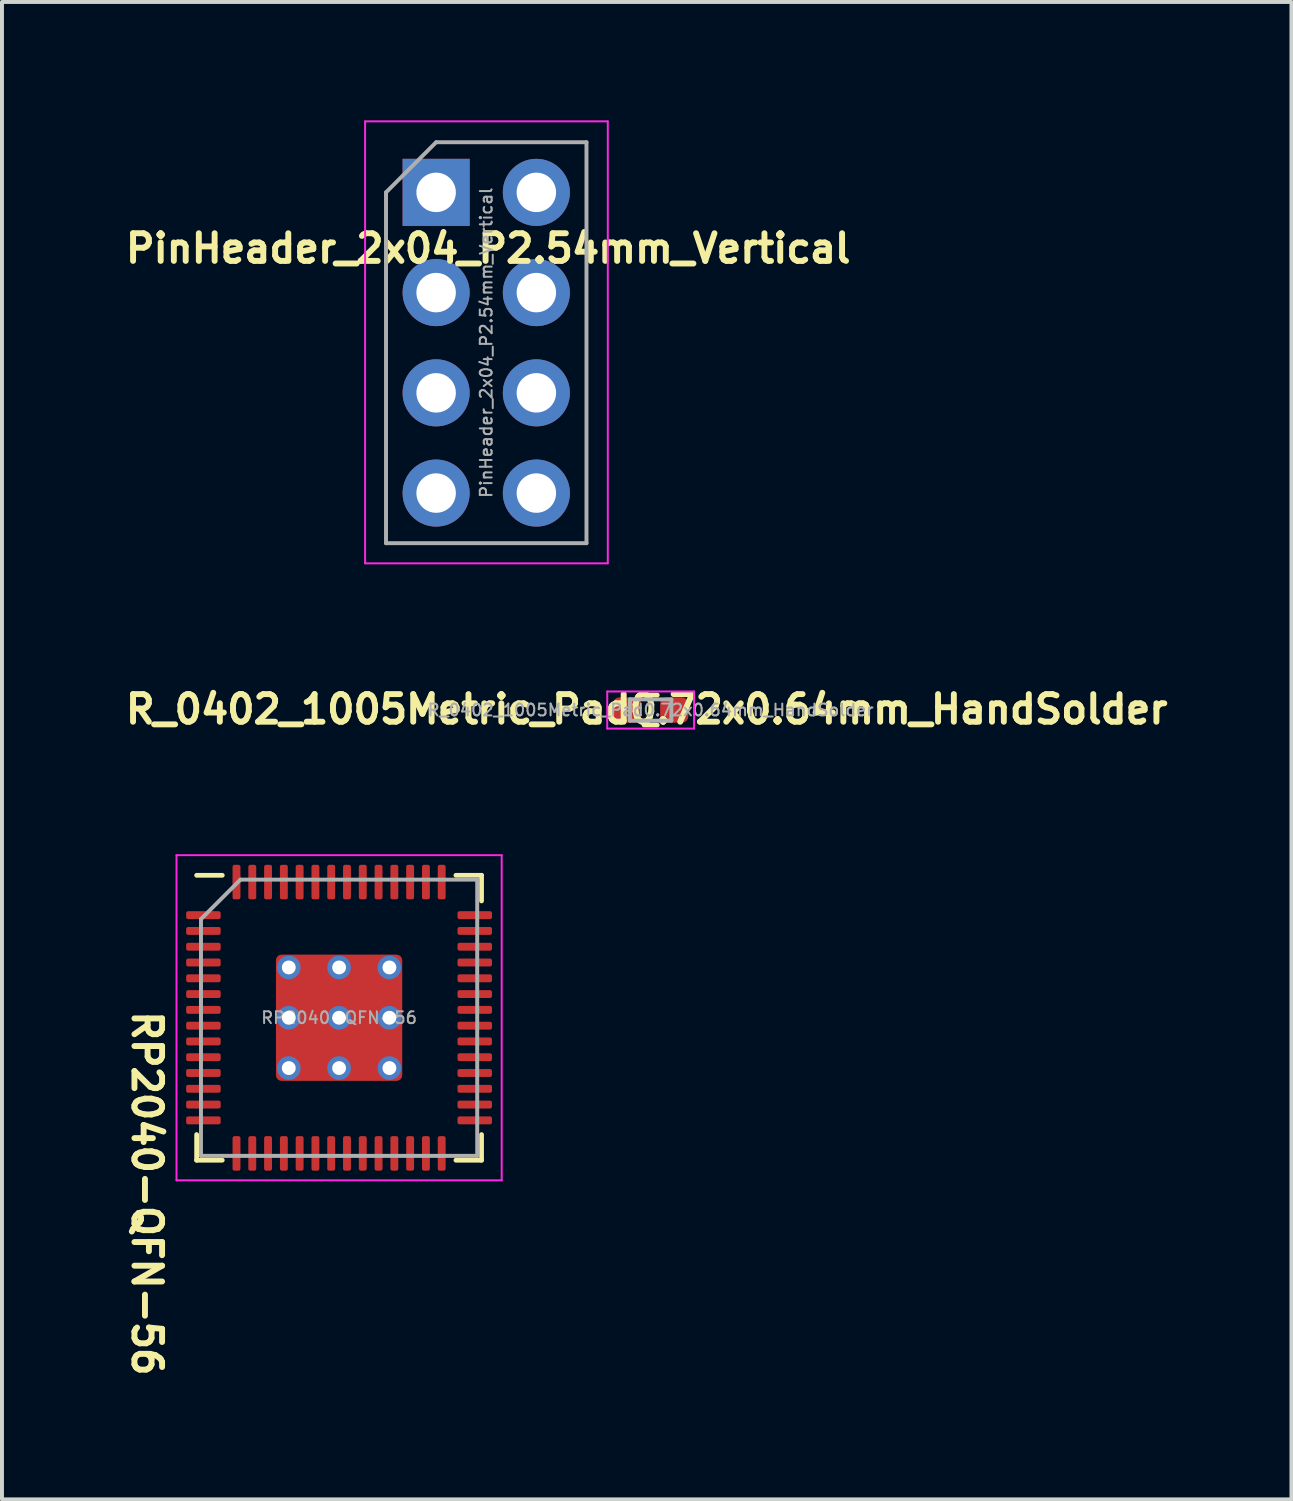
<source format=kicad_pcb>
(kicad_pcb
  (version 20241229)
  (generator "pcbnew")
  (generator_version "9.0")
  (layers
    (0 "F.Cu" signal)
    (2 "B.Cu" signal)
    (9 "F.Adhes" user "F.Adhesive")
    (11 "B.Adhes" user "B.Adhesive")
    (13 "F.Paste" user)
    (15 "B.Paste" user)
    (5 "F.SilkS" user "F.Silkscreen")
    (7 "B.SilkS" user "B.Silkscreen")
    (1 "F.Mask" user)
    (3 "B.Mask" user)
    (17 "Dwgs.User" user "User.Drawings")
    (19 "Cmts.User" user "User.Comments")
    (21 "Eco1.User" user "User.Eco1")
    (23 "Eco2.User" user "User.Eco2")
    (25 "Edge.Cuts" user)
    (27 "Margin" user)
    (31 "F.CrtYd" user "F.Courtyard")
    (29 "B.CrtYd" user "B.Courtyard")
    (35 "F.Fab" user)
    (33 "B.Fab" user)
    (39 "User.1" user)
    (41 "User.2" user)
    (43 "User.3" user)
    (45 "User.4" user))
  (footprint "R_0402_1005Metric_Pad0.72x0.64mm_HandSolder"
    (layer "F.Cu")
    (at 13.438 14.943)
    (property "Reference" "R_0402_1005Metric_Pad0.72x0.64mm_HandSolder" (at -0.1 -0.02 180) (layer "F.SilkS") (effects (font (size 0.7 0.7) (thickness 0.15))))
    (attr smd)
    (fp_line (start -0.168 -0.38) (end 0.168 -0.38) (stroke (width 0.12) (type solid)) (layer "F.SilkS"))
    (fp_line (start -0.168 0.38) (end 0.168 0.38) (stroke (width 0.12) (type solid)) (layer "F.SilkS"))
    (fp_line (start -1.1 -0.47) (end 1.1 -0.47) (stroke (width 0.05) (type solid)) (layer "F.CrtYd"))
    (fp_line (start -1.1 0.47) (end -1.1 -0.47) (stroke (width 0.05) (type solid)) (layer "F.CrtYd"))
    (fp_line (start 1.1 -0.47) (end 1.1 0.47) (stroke (width 0.05) (type solid)) (layer "F.CrtYd"))
    (fp_line (start 1.1 0.47) (end -1.1 0.47) (stroke (width 0.05) (type solid)) (layer "F.CrtYd"))
    (fp_line (start -0.525 -0.27) (end 0.525 -0.27) (stroke (width 0.1) (type solid)) (layer "F.Fab"))
    (fp_line (start -0.525 0.27) (end -0.525 -0.27) (stroke (width 0.1) (type solid)) (layer "F.Fab"))
    (fp_line (start 0.525 -0.27) (end 0.525 0.27) (stroke (width 0.1) (type solid)) (layer "F.Fab"))
    (fp_line (start 0.525 0.27) (end -0.525 0.27) (stroke (width 0.1) (type solid)) (layer "F.Fab"))
    (fp_text user "${REFERENCE}" (at 0 0 180) (layer "F.Fab") (effects (font (size 0.3 0.3) (thickness 0.05))))
    (pad "1" smd roundrect (at -0.598 0) (size 0.715 0.64) (layers "F.Cu" "F.Mask" "F.Paste") (roundrect_rratio 0.25))
    (pad "2" smd roundrect (at 0.598 0) (size 0.715 0.64) (layers "F.Cu" "F.Mask" "F.Paste") (roundrect_rratio 0.25)))
  (footprint "PinHeader_2x04_P2.54mm_Vertical"
    (layer "F.Cu")
    (at 8.002 1.825)
    (property "Reference" "PinHeader_2x04_P2.54mm_Vertical" (at 1.32 1.42 0) (layer "F.SilkS") (effects (font (size 0.7 0.7) (thickness 0.15))))
    (attr through_hole)
    (fp_line (start -1.8 -1.8) (end -1.8 9.4) (stroke (width 0.05) (type solid)) (layer "F.CrtYd"))
    (fp_line (start -1.8 9.4) (end 4.35 9.4) (stroke (width 0.05) (type solid)) (layer "F.CrtYd"))
    (fp_line (start 4.35 -1.8) (end -1.8 -1.8) (stroke (width 0.05) (type solid)) (layer "F.CrtYd"))
    (fp_line (start 4.35 9.4) (end 4.35 -1.8) (stroke (width 0.05) (type solid)) (layer "F.CrtYd"))
    (fp_line (start -1.27 0) (end 0 -1.27) (stroke (width 0.1) (type solid)) (layer "F.Fab"))
    (fp_line (start -1.27 8.89) (end -1.27 0) (stroke (width 0.1) (type solid)) (layer "F.Fab"))
    (fp_line (start 0 -1.27) (end 3.81 -1.27) (stroke (width 0.1) (type solid)) (layer "F.Fab"))
    (fp_line (start 3.81 -1.27) (end 3.81 8.89) (stroke (width 0.1) (type solid)) (layer "F.Fab"))
    (fp_line (start 3.81 8.89) (end -1.27 8.89) (stroke (width 0.1) (type solid)) (layer "F.Fab"))
    (fp_text user "${REFERENCE}" (at 1.27 3.81 90) (layer "F.Fab") (effects (font (size 0.3 0.3) (thickness 0.05))))
    (pad "1" thru_hole rect (at 0 0 180) (size 1.7 1.7) (drill 1) (layers "*.Cu" "*.Mask"))
    (pad "2" thru_hole oval (at 2.54 0 180) (size 1.7 1.7) (drill 1) (layers "*.Cu" "*.Mask"))
    (pad "3" thru_hole oval (at 0 2.54 180) (size 1.7 1.7) (drill 1) (layers "*.Cu" "*.Mask"))
    (pad "4" thru_hole oval (at 2.54 2.54 180) (size 1.7 1.7) (drill 1) (layers "*.Cu" "*.Mask"))
    (pad "5" thru_hole oval (at 0 5.08 180) (size 1.7 1.7) (drill 1) (layers "*.Cu" "*.Mask"))
    (pad "6" thru_hole oval (at 2.54 5.08 180) (size 1.7 1.7) (drill 1) (layers "*.Cu" "*.Mask"))
    (pad "7" thru_hole oval (at 0 7.62 180) (size 1.7 1.7) (drill 1) (layers "*.Cu" "*.Mask"))
    (pad "8" thru_hole oval (at 2.54 7.62 180) (size 1.7 1.7) (drill 1) (layers "*.Cu" "*.Mask")))
  (footprint "RP2040-QFN-56"
    (layer "F.Cu")
    (at 5.543 22.741)
    (property "Reference" "RP2040-QFN-56" (at -4.87 4.45 270) (unlocked yes) (layer "F.SilkS") (effects (font (size 0.7 0.7) (thickness 0.15))))
    (attr smd)
    (fp_line (start -3.61 3.61) (end -3.61 2.96) (stroke (width 0.12) (type solid)) (layer "F.SilkS"))
    (fp_line (start -2.96 -3.61) (end -3.61 -3.61) (stroke (width 0.12) (type solid)) (layer "F.SilkS"))
    (fp_line (start -2.96 3.61) (end -3.61 3.61) (stroke (width 0.12) (type solid)) (layer "F.SilkS"))
    (fp_line (start 2.96 -3.61) (end 3.61 -3.61) (stroke (width 0.12) (type solid)) (layer "F.SilkS"))
    (fp_line (start 2.96 3.61) (end 3.61 3.61) (stroke (width 0.12) (type solid)) (layer "F.SilkS"))
    (fp_line (start 3.61 -3.61) (end 3.61 -2.96) (stroke (width 0.12) (type solid)) (layer "F.SilkS"))
    (fp_line (start 3.61 3.61) (end 3.61 2.96) (stroke (width 0.12) (type solid)) (layer "F.SilkS"))
    (fp_line (start -4.12 -4.12) (end -4.12 4.12) (stroke (width 0.05) (type solid)) (layer "F.CrtYd"))
    (fp_line (start -4.12 4.12) (end 4.12 4.12) (stroke (width 0.05) (type solid)) (layer "F.CrtYd"))
    (fp_line (start 4.12 -4.12) (end -4.12 -4.12) (stroke (width 0.05) (type solid)) (layer "F.CrtYd"))
    (fp_line (start 4.12 4.12) (end 4.12 -4.12) (stroke (width 0.05) (type solid)) (layer "F.CrtYd"))
    (fp_line (start -3.5 -2.5) (end -2.5 -3.5) (stroke (width 0.1) (type solid)) (layer "F.Fab"))
    (fp_line (start -3.5 3.5) (end -3.5 -2.5) (stroke (width 0.1) (type solid)) (layer "F.Fab"))
    (fp_line (start -2.5 -3.5) (end 3.5 -3.5) (stroke (width 0.1) (type solid)) (layer "F.Fab"))
    (fp_line (start 3.5 -3.5) (end 3.5 3.5) (stroke (width 0.1) (type solid)) (layer "F.Fab"))
    (fp_line (start 3.5 3.5) (end -3.5 3.5) (stroke (width 0.1) (type solid)) (layer "F.Fab"))
    (fp_text user "${REFERENCE}" (at 0 0 0) (layer "F.Fab") (effects (font (size 0.3 0.3) (thickness 0.05))))
    (pad "" smd roundrect (at -0.637 -0.637) (size 1.084 1.084) (layers "F.Paste") (roundrect_rratio 0.231))
    (pad "" smd roundrect (at -0.637 0.637) (size 1.084 1.084) (layers "F.Paste") (roundrect_rratio 0.231))
    (pad "" smd roundrect (at 0.637 -0.637) (size 1.084 1.084) (layers "F.Paste") (roundrect_rratio 0.231))
    (pad "" smd roundrect (at 0.637 0.637) (size 1.084 1.084) (layers "F.Paste") (roundrect_rratio 0.231))
    (pad "1" smd roundrect (at -3.438 -2.6) (size 0.875 0.2) (layers "F.Cu" "F.Mask" "F.Paste") (roundrect_rratio 0.25))
    (pad "2" smd roundrect (at -3.438 -2.2) (size 0.875 0.2) (layers "F.Cu" "F.Mask" "F.Paste") (roundrect_rratio 0.25))
    (pad "3" smd roundrect (at -3.438 -1.8) (size 0.875 0.2) (layers "F.Cu" "F.Mask" "F.Paste") (roundrect_rratio 0.25))
    (pad "4" smd roundrect (at -3.438 -1.4) (size 0.875 0.2) (layers "F.Cu" "F.Mask" "F.Paste") (roundrect_rratio 0.25))
    (pad "5" smd roundrect (at -3.438 -1) (size 0.875 0.2) (layers "F.Cu" "F.Mask" "F.Paste") (roundrect_rratio 0.25))
    (pad "6" smd roundrect (at -3.438 -0.6) (size 0.875 0.2) (layers "F.Cu" "F.Mask" "F.Paste") (roundrect_rratio 0.25))
    (pad "7" smd roundrect (at -3.438 -0.2) (size 0.875 0.2) (layers "F.Cu" "F.Mask" "F.Paste") (roundrect_rratio 0.25))
    (pad "8" smd roundrect (at -3.438 0.2) (size 0.875 0.2) (layers "F.Cu" "F.Mask" "F.Paste") (roundrect_rratio 0.25))
    (pad "9" smd roundrect (at -3.438 0.6) (size 0.875 0.2) (layers "F.Cu" "F.Mask" "F.Paste") (roundrect_rratio 0.25))
    (pad "10" smd roundrect (at -3.438 1) (size 0.875 0.2) (layers "F.Cu" "F.Mask" "F.Paste") (roundrect_rratio 0.25))
    (pad "11" smd roundrect (at -3.438 1.4) (size 0.875 0.2) (layers "F.Cu" "F.Mask" "F.Paste") (roundrect_rratio 0.25))
    (pad "12" smd roundrect (at -3.438 1.8) (size 0.875 0.2) (layers "F.Cu" "F.Mask" "F.Paste") (roundrect_rratio 0.25))
    (pad "13" smd roundrect (at -3.438 2.2) (size 0.875 0.2) (layers "F.Cu" "F.Mask" "F.Paste") (roundrect_rratio 0.25))
    (pad "14" smd roundrect (at -3.438 2.6) (size 0.875 0.2) (layers "F.Cu" "F.Mask" "F.Paste") (roundrect_rratio 0.25))
    (pad "15" smd roundrect (at -2.6 3.438) (size 0.2 0.875) (layers "F.Cu" "F.Mask" "F.Paste") (roundrect_rratio 0.25))
    (pad "16" smd roundrect (at -2.2 3.438) (size 0.2 0.875) (layers "F.Cu" "F.Mask" "F.Paste") (roundrect_rratio 0.25))
    (pad "17" smd roundrect (at -1.8 3.438) (size 0.2 0.875) (layers "F.Cu" "F.Mask" "F.Paste") (roundrect_rratio 0.25))
    (pad "18" smd roundrect (at -1.4 3.438) (size 0.2 0.875) (layers "F.Cu" "F.Mask" "F.Paste") (roundrect_rratio 0.25))
    (pad "19" smd roundrect (at -1 3.438) (size 0.2 0.875) (layers "F.Cu" "F.Mask" "F.Paste") (roundrect_rratio 0.25))
    (pad "20" smd roundrect (at -0.6 3.438) (size 0.2 0.875) (layers "F.Cu" "F.Mask" "F.Paste") (roundrect_rratio 0.25))
    (pad "21" smd roundrect (at -0.2 3.438) (size 0.2 0.875) (layers "F.Cu" "F.Mask" "F.Paste") (roundrect_rratio 0.25))
    (pad "22" smd roundrect (at 0.2 3.438) (size 0.2 0.875) (layers "F.Cu" "F.Mask" "F.Paste") (roundrect_rratio 0.25))
    (pad "23" smd roundrect (at 0.6 3.438) (size 0.2 0.875) (layers "F.Cu" "F.Mask" "F.Paste") (roundrect_rratio 0.25))
    (pad "24" smd roundrect (at 1 3.438) (size 0.2 0.875) (layers "F.Cu" "F.Mask" "F.Paste") (roundrect_rratio 0.25))
    (pad "25" smd roundrect (at 1.4 3.438) (size 0.2 0.875) (layers "F.Cu" "F.Mask" "F.Paste") (roundrect_rratio 0.25))
    (pad "26" smd roundrect (at 1.8 3.438) (size 0.2 0.875) (layers "F.Cu" "F.Mask" "F.Paste") (roundrect_rratio 0.25))
    (pad "27" smd roundrect (at 2.2 3.438) (size 0.2 0.875) (layers "F.Cu" "F.Mask" "F.Paste") (roundrect_rratio 0.25))
    (pad "28" smd roundrect (at 2.6 3.438) (size 0.2 0.875) (layers "F.Cu" "F.Mask" "F.Paste") (roundrect_rratio 0.25))
    (pad "29" smd roundrect (at 3.438 2.6) (size 0.875 0.2) (layers "F.Cu" "F.Mask" "F.Paste") (roundrect_rratio 0.25))
    (pad "30" smd roundrect (at 3.438 2.2) (size 0.875 0.2) (layers "F.Cu" "F.Mask" "F.Paste") (roundrect_rratio 0.25))
    (pad "31" smd roundrect (at 3.438 1.8) (size 0.875 0.2) (layers "F.Cu" "F.Mask" "F.Paste") (roundrect_rratio 0.25))
    (pad "32" smd roundrect (at 3.438 1.4) (size 0.875 0.2) (layers "F.Cu" "F.Mask" "F.Paste") (roundrect_rratio 0.25))
    (pad "33" smd roundrect (at 3.438 1) (size 0.875 0.2) (layers "F.Cu" "F.Mask" "F.Paste") (roundrect_rratio 0.25))
    (pad "34" smd roundrect (at 3.438 0.6) (size 0.875 0.2) (layers "F.Cu" "F.Mask" "F.Paste") (roundrect_rratio 0.25))
    (pad "35" smd roundrect (at 3.438 0.2) (size 0.875 0.2) (layers "F.Cu" "F.Mask" "F.Paste") (roundrect_rratio 0.25))
    (pad "36" smd roundrect (at 3.438 -0.2) (size 0.875 0.2) (layers "F.Cu" "F.Mask" "F.Paste") (roundrect_rratio 0.25))
    (pad "37" smd roundrect (at 3.438 -0.6) (size 0.875 0.2) (layers "F.Cu" "F.Mask" "F.Paste") (roundrect_rratio 0.25))
    (pad "38" smd roundrect (at 3.438 -1) (size 0.875 0.2) (layers "F.Cu" "F.Mask" "F.Paste") (roundrect_rratio 0.25))
    (pad "39" smd roundrect (at 3.438 -1.4) (size 0.875 0.2) (layers "F.Cu" "F.Mask" "F.Paste") (roundrect_rratio 0.25))
    (pad "40" smd roundrect (at 3.438 -1.8) (size 0.875 0.2) (layers "F.Cu" "F.Mask" "F.Paste") (roundrect_rratio 0.25))
    (pad "41" smd roundrect (at 3.438 -2.2) (size 0.875 0.2) (layers "F.Cu" "F.Mask" "F.Paste") (roundrect_rratio 0.25))
    (pad "42" smd roundrect (at 3.438 -2.6) (size 0.875 0.2) (layers "F.Cu" "F.Mask" "F.Paste") (roundrect_rratio 0.25))
    (pad "43" smd roundrect (at 2.6 -3.438) (size 0.2 0.875) (layers "F.Cu" "F.Mask" "F.Paste") (roundrect_rratio 0.25))
    (pad "44" smd roundrect (at 2.2 -3.438) (size 0.2 0.875) (layers "F.Cu" "F.Mask" "F.Paste") (roundrect_rratio 0.25))
    (pad "45" smd roundrect (at 1.8 -3.438) (size 0.2 0.875) (layers "F.Cu" "F.Mask" "F.Paste") (roundrect_rratio 0.25))
    (pad "46" smd roundrect (at 1.4 -3.438) (size 0.2 0.875) (layers "F.Cu" "F.Mask" "F.Paste") (roundrect_rratio 0.25))
    (pad "47" smd roundrect (at 1 -3.438) (size 0.2 0.875) (layers "F.Cu" "F.Mask" "F.Paste") (roundrect_rratio 0.25))
    (pad "48" smd roundrect (at 0.6 -3.438) (size 0.2 0.875) (layers "F.Cu" "F.Mask" "F.Paste") (roundrect_rratio 0.25))
    (pad "49" smd roundrect (at 0.2 -3.438) (size 0.2 0.875) (layers "F.Cu" "F.Mask" "F.Paste") (roundrect_rratio 0.25))
    (pad "50" smd roundrect (at -0.2 -3.438) (size 0.2 0.875) (layers "F.Cu" "F.Mask" "F.Paste") (roundrect_rratio 0.25))
    (pad "51" smd roundrect (at -0.6 -3.438) (size 0.2 0.875) (layers "F.Cu" "F.Mask" "F.Paste") (roundrect_rratio 0.25))
    (pad "52" smd roundrect (at -1 -3.438) (size 0.2 0.875) (layers "F.Cu" "F.Mask" "F.Paste") (roundrect_rratio 0.25))
    (pad "53" smd roundrect (at -1.4 -3.438) (size 0.2 0.875) (layers "F.Cu" "F.Mask" "F.Paste") (roundrect_rratio 0.25))
    (pad "54" smd roundrect (at -1.8 -3.438) (size 0.2 0.875) (layers "F.Cu" "F.Mask" "F.Paste") (roundrect_rratio 0.25))
    (pad "55" smd roundrect (at -2.2 -3.438) (size 0.2 0.875) (layers "F.Cu" "F.Mask" "F.Paste") (roundrect_rratio 0.25))
    (pad "56" smd roundrect (at -2.6 -3.438) (size 0.2 0.875) (layers "F.Cu" "F.Mask" "F.Paste") (roundrect_rratio 0.25))
    (pad "57" thru_hole circle (at -1.275 -1.275) (size 0.6 0.6) (drill 0.35) (layers "*.Cu"))
    (pad "57" thru_hole circle (at -1.275 0) (size 0.6 0.6) (drill 0.35) (layers "*.Cu"))
    (pad "57" thru_hole circle (at -1.275 1.275) (size 0.6 0.6) (drill 0.35) (layers "*.Cu"))
    (pad "57" thru_hole circle (at 0 -1.275) (size 0.6 0.6) (drill 0.35) (layers "*.Cu"))
    (pad "57" thru_hole circle (at 0 0) (size 0.6 0.6) (drill 0.35) (layers "*.Cu"))
    (pad "57" smd roundrect (at 0 0) (size 3.2 3.2) (layers "F.Cu" "F.Mask") (roundrect_rratio 0.045))
    (pad "57" thru_hole circle (at 0 1.275) (size 0.6 0.6) (drill 0.35) (layers "*.Cu"))
    (pad "57" thru_hole circle (at 1.275 -1.275) (size 0.6 0.6) (drill 0.35) (layers "*.Cu"))
    (pad "57" thru_hole circle (at 1.275 0) (size 0.6 0.6) (drill 0.35) (layers "*.Cu"))
    (pad "57" thru_hole circle (at 1.275 1.275) (size 0.6 0.6) (drill 0.35) (layers "*.Cu")))
  (gr_rect
    (start -3 -3)
    (end 29.677 34.946)
    (stroke (width 0.1) (type default))
    (fill no)
    (layer "Edge.Cuts")))
</source>
